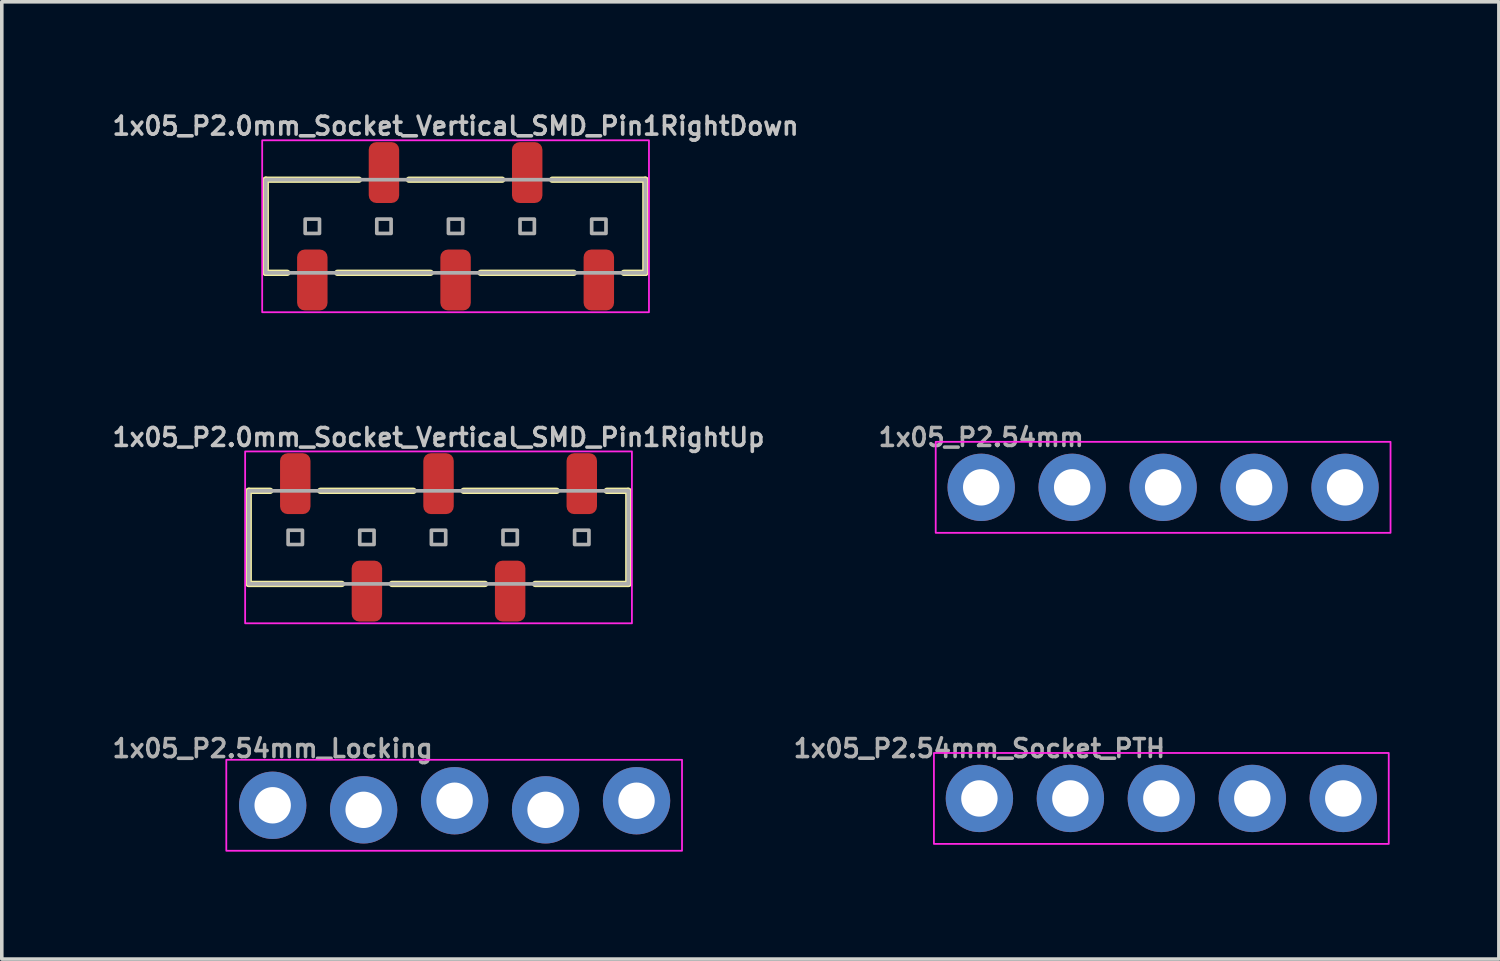
<source format=kicad_pcb>
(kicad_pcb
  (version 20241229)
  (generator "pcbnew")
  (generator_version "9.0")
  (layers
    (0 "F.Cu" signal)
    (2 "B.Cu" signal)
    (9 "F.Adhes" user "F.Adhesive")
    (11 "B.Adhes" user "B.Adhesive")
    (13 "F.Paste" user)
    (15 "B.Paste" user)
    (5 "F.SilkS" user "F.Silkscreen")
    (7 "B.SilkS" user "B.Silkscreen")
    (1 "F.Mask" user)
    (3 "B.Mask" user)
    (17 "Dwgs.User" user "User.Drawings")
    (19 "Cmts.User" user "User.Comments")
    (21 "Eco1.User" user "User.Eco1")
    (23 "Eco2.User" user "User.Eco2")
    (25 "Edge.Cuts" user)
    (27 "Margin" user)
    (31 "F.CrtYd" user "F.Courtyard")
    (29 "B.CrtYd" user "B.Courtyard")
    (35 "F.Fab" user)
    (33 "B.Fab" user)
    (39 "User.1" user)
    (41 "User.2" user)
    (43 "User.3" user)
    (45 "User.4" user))
  (footprint "1x05_P2.54mm"
    (layer "F.Cu")
    (at 24.348 10.558)
    (property "Reference" "1x05_P2.54mm" (at 0 -1.397 0) (layer "F.Fab") (effects (font (size 0.5 0.5) (thickness 0.1))))
    (fp_rect (start -1.27 -1.27) (end 11.43 1.27) (stroke (width 0.05) (type default)) (fill no) (layer "F.CrtYd"))
    (fp_poly (pts (xy -0.254 0.254) (xy 0.254 0.254) (xy 0.254 -0.254) (xy -0.254 -0.254)) (stroke (width 0.1) (type default)) (fill no) (layer "F.Fab"))
    (fp_poly (pts (xy 2.286 0.254) (xy 2.794 0.254) (xy 2.794 -0.254) (xy 2.286 -0.254)) (stroke (width 0.1) (type default)) (fill no) (layer "F.Fab"))
    (fp_poly (pts (xy 4.826 0.254) (xy 5.334 0.254) (xy 5.334 -0.254) (xy 4.826 -0.254)) (stroke (width 0.1) (type default)) (fill no) (layer "F.Fab"))
    (fp_poly (pts (xy 7.366 0.254) (xy 7.874 0.254) (xy 7.874 -0.254) (xy 7.366 -0.254)) (stroke (width 0.1) (type default)) (fill no) (layer "F.Fab"))
    (fp_poly (pts (xy 9.906 0.254) (xy 10.414 0.254) (xy 10.414 -0.254) (xy 9.906 -0.254)) (stroke (width 0.1) (type default)) (fill no) (layer "F.Fab"))
    (pad "1" thru_hole circle (at 0 0 90) (size 1.88 1.88) (drill 1.016) (layers "*.Cu" "*.Mask") (remove_unused_layers yes) (keep_end_layers yes) (zone_layer_connections))
    (pad "2" thru_hole circle (at 2.54 0 90) (size 1.88 1.88) (drill 1.016) (layers "*.Cu" "*.Mask") (remove_unused_layers yes) (keep_end_layers yes) (zone_layer_connections))
    (pad "3" thru_hole circle (at 5.08 0 90) (size 1.88 1.88) (drill 1.016) (layers "*.Cu" "*.Mask") (remove_unused_layers yes) (keep_end_layers yes) (zone_layer_connections))
    (pad "4" thru_hole circle (at 7.62 0 90) (size 1.88 1.88) (drill 1.016) (layers "*.Cu" "*.Mask") (remove_unused_layers yes) (keep_end_layers yes) (zone_layer_connections))
    (pad "5" thru_hole circle (at 10.16 0 90) (size 1.88 1.88) (drill 1.016) (layers "*.Cu" "*.Mask") (remove_unused_layers yes) (keep_end_layers yes) (zone_layer_connections)))
  (footprint "1x05_P2.54mm_Socket_PTH"
    (layer "F.Cu")
    (at 24.298 19.245)
    (property "Reference" "1x05_P2.54mm_Socket_PTH" (at 0 -1.397 0) (layer "F.Fab") (effects (font (size 0.5 0.5) (thickness 0.1))))
    (fp_rect (start -1.27 -1.27) (end 11.43 1.27) (stroke (width 0.05) (type default)) (fill no) (layer "F.CrtYd"))
    (fp_poly (pts (xy -0.254 0.254) (xy 0.254 0.254) (xy 0.254 -0.254) (xy -0.254 -0.254)) (stroke (width 0.1) (type default)) (fill no) (layer "F.Fab"))
    (fp_poly (pts (xy 2.286 0.254) (xy 2.794 0.254) (xy 2.794 -0.254) (xy 2.286 -0.254)) (stroke (width 0.1) (type default)) (fill no) (layer "F.Fab"))
    (fp_poly (pts (xy 4.826 0.254) (xy 5.334 0.254) (xy 5.334 -0.254) (xy 4.826 -0.254)) (stroke (width 0.1) (type default)) (fill no) (layer "F.Fab"))
    (fp_poly (pts (xy 7.366 0.254) (xy 7.874 0.254) (xy 7.874 -0.254) (xy 7.366 -0.254)) (stroke (width 0.1) (type default)) (fill no) (layer "F.Fab"))
    (fp_poly (pts (xy 9.906 0.254) (xy 10.414 0.254) (xy 10.414 -0.254) (xy 9.906 -0.254)) (stroke (width 0.1) (type default)) (fill no) (layer "F.Fab"))
    (pad "1" thru_hole circle (at 0 0 90) (size 1.88 1.88) (drill 1.016) (layers "*.Cu" "*.Mask") (remove_unused_layers yes) (keep_end_layers yes) (zone_layer_connections))
    (pad "2" thru_hole circle (at 2.54 0 90) (size 1.88 1.88) (drill 1.016) (layers "*.Cu" "*.Mask") (remove_unused_layers yes) (keep_end_layers yes) (zone_layer_connections))
    (pad "3" thru_hole circle (at 5.08 0 90) (size 1.88 1.88) (drill 1.016) (layers "*.Cu" "*.Mask") (remove_unused_layers yes) (keep_end_layers yes) (zone_layer_connections))
    (pad "4" thru_hole circle (at 7.62 0 90) (size 1.88 1.88) (drill 1.016) (layers "*.Cu" "*.Mask") (remove_unused_layers yes) (keep_end_layers yes) (zone_layer_connections))
    (pad "5" thru_hole circle (at 10.16 0 90) (size 1.88 1.88) (drill 1.016) (layers "*.Cu" "*.Mask") (remove_unused_layers yes) (keep_end_layers yes) (zone_layer_connections)))
  (footprint "1x05_P2.0mm_Socket_Vertical_SMD_Pin1RightDown"
    (layer "F.Cu")
    (at 9.671 3.268)
    (property "Reference" "1x05_P2.0mm_Socket_Vertical_SMD_Pin1RightDown" (at 0 -2.8 0) (unlocked yes) (layer "Dwgs.User") (effects (font (size 0.5 0.5) (thickness 0.1))))
    (attr smd)
    (fp_line (start -5.3 -1.3) (end -5.3 1.3) (stroke (width 0.178) (type default)) (layer "F.SilkS"))
    (fp_line (start -5.3 1.3) (end -4.7 1.3) (stroke (width 0.178) (type default)) (layer "F.SilkS"))
    (fp_line (start -2.7 -1.3) (end -5.3 -1.3) (stroke (width 0.178) (type default)) (layer "F.SilkS"))
    (fp_line (start -0.7 1.3) (end -3.3 1.3) (stroke (width 0.178) (type default)) (layer "F.SilkS"))
    (fp_line (start 1.3 -1.3) (end -1.3 -1.3) (stroke (width 0.178) (type default)) (layer "F.SilkS"))
    (fp_line (start 3.3 1.3) (end 0.7 1.3) (stroke (width 0.178) (type default)) (layer "F.SilkS"))
    (fp_line (start 5.3 -1.3) (end 2.7 -1.3) (stroke (width 0.178) (type default)) (layer "F.SilkS"))
    (fp_line (start 5.3 -1.3) (end 5.3 1.3) (stroke (width 0.178) (type default)) (layer "F.SilkS"))
    (fp_line (start 5.3 1.3) (end 4.7 1.3) (stroke (width 0.178) (type default)) (layer "F.SilkS"))
    (fp_rect (start -5.4 -2.4) (end 5.4 2.4) (stroke (width 0.05) (type default)) (fill no) (layer "F.CrtYd"))
    (fp_rect (start -5.3 -1.3) (end 5.3 1.3) (stroke (width 0.102) (type default)) (fill no) (layer "F.Fab"))
    (fp_rect (start -4.2 -0.2) (end -3.8 0.2) (stroke (width 0.102) (type solid)) (fill no) (layer "F.Fab"))
    (fp_rect (start -2.2 -0.2) (end -1.8 0.2) (stroke (width 0.102) (type solid)) (fill no) (layer "F.Fab"))
    (fp_rect (start -0.2 -0.2) (end 0.2 0.2) (stroke (width 0.102) (type solid)) (fill no) (layer "F.Fab"))
    (fp_rect (start 1.8 -0.2) (end 2.2 0.2) (stroke (width 0.102) (type solid)) (fill no) (layer "F.Fab"))
    (fp_rect (start 3.8 -0.2) (end 4.2 0.2) (stroke (width 0.102) (type solid)) (fill no) (layer "F.Fab"))
    (pad "1" smd roundrect (at 4 1.5) (size 0.85 1.7) (layers "F.Cu" "F.Mask" "F.Paste") (roundrect_rratio 0.25))
    (pad "2" smd roundrect (at 2 -1.5) (size 0.85 1.7) (layers "F.Cu" "F.Mask" "F.Paste") (roundrect_rratio 0.25))
    (pad "3" smd roundrect (at 0 1.5) (size 0.85 1.7) (layers "F.Cu" "F.Mask" "F.Paste") (roundrect_rratio 0.25))
    (pad "4" smd roundrect (at -2 -1.5) (size 0.85 1.7) (layers "F.Cu" "F.Mask" "F.Paste") (roundrect_rratio 0.25))
    (pad "5" smd roundrect (at -4 1.5) (size 0.85 1.7) (layers "F.Cu" "F.Mask" "F.Paste") (roundrect_rratio 0.25)))
  (footprint "1x05_P2.0mm_Socket_Vertical_SMD_Pin1RightUp"
    (layer "F.Cu")
    (at 9.195 11.955)
    (property "Reference" "1x05_P2.0mm_Socket_Vertical_SMD_Pin1RightUp" (at 0 -2.794 0) (unlocked yes) (layer "Dwgs.User") (effects (font (size 0.5 0.5) (thickness 0.1))))
    (attr smd)
    (fp_line (start -5.3 -1.3) (end -4.7 -1.3) (stroke (width 0.178) (type default)) (layer "F.SilkS"))
    (fp_line (start -5.3 1.3) (end -5.3 -1.3) (stroke (width 0.178) (type default)) (layer "F.SilkS"))
    (fp_line (start -5.3 1.3) (end -2.7 1.3) (stroke (width 0.178) (type default)) (layer "F.SilkS"))
    (fp_line (start -3.3 -1.3) (end -0.7 -1.3) (stroke (width 0.178) (type default)) (layer "F.SilkS"))
    (fp_line (start -1.3 1.3) (end 1.3 1.3) (stroke (width 0.178) (type default)) (layer "F.SilkS"))
    (fp_line (start 0.7 -1.3) (end 3.3 -1.3) (stroke (width 0.178) (type default)) (layer "F.SilkS"))
    (fp_line (start 2.7 1.3) (end 5.3 1.3) (stroke (width 0.178) (type default)) (layer "F.SilkS"))
    (fp_line (start 5.3 -1.3) (end 4.7 -1.3) (stroke (width 0.178) (type default)) (layer "F.SilkS"))
    (fp_line (start 5.3 1.3) (end 5.3 -1.3) (stroke (width 0.178) (type default)) (layer "F.SilkS"))
    (fp_rect (start -5.4 -2.4) (end 5.4 2.4) (stroke (width 0.05) (type default)) (fill no) (layer "F.CrtYd"))
    (fp_rect (start -5.3 -1.3) (end 5.3 1.3) (stroke (width 0.102) (type default)) (fill no) (layer "F.Fab"))
    (fp_rect (start -4.2 -0.2) (end -3.8 0.2) (stroke (width 0.102) (type solid)) (fill no) (layer "F.Fab"))
    (fp_rect (start -2.2 -0.2) (end -1.8 0.2) (stroke (width 0.102) (type solid)) (fill no) (layer "F.Fab"))
    (fp_rect (start -0.2 -0.2) (end 0.2 0.2) (stroke (width 0.102) (type solid)) (fill no) (layer "F.Fab"))
    (fp_rect (start 1.8 -0.2) (end 2.2 0.2) (stroke (width 0.102) (type solid)) (fill no) (layer "F.Fab"))
    (fp_rect (start 3.8 -0.2) (end 4.2 0.2) (stroke (width 0.102) (type solid)) (fill no) (layer "F.Fab"))
    (pad "1" smd roundrect (at 4 -1.5 180) (size 0.85 1.7) (layers "F.Cu" "F.Mask" "F.Paste") (roundrect_rratio 0.25))
    (pad "2" smd roundrect (at 2 1.5 180) (size 0.85 1.7) (layers "F.Cu" "F.Mask" "F.Paste") (roundrect_rratio 0.25))
    (pad "3" smd roundrect (at 0 -1.5 180) (size 0.85 1.7) (layers "F.Cu" "F.Mask" "F.Paste") (roundrect_rratio 0.25))
    (pad "4" smd roundrect (at -2 1.5 180) (size 0.85 1.7) (layers "F.Cu" "F.Mask" "F.Paste") (roundrect_rratio 0.25))
    (pad "5" smd roundrect (at -4 -1.5 180) (size 0.85 1.7) (layers "F.Cu" "F.Mask" "F.Paste") (roundrect_rratio 0.25)))
  (footprint "1x05_P2.54mm_Locking"
    (layer "F.Cu")
    (at 4.564 19.436)
    (property "Reference" "1x05_P2.54mm_Locking" (at 0 -1.587 0) (layer "F.Fab") (effects (font (size 0.5 0.5) (thickness 0.1))))
    (fp_rect (start -1.295 -1.27) (end 11.43 1.27) (stroke (width 0.05) (type default)) (fill no) (layer "F.CrtYd"))
    (fp_poly (pts (xy -0.254 0.254) (xy 0.254 0.254) (xy 0.254 -0.254) (xy -0.254 -0.254)) (stroke (width 0.1) (type default)) (fill no) (layer "F.Fab"))
    (fp_poly (pts (xy 2.286 0.254) (xy 2.794 0.254) (xy 2.794 -0.254) (xy 2.286 -0.254)) (stroke (width 0.1) (type default)) (fill no) (layer "F.Fab"))
    (fp_poly (pts (xy 4.826 0.254) (xy 5.334 0.254) (xy 5.334 -0.254) (xy 4.826 -0.254)) (stroke (width 0.1) (type default)) (fill no) (layer "F.Fab"))
    (fp_poly (pts (xy 7.366 0.254) (xy 7.874 0.254) (xy 7.874 -0.254) (xy 7.366 -0.254)) (stroke (width 0.1) (type default)) (fill no) (layer "F.Fab"))
    (fp_poly (pts (xy 9.906 0.254) (xy 10.414 0.254) (xy 10.414 -0.254) (xy 9.906 -0.254)) (stroke (width 0.1) (type default)) (fill no) (layer "F.Fab"))
    (pad "1" thru_hole circle (at 0 0 90) (size 1.88 1.88) (drill 1.016) (layers "*.Cu" "*.Mask") (remove_unused_layers yes) (keep_end_layers yes) (zone_layer_connections))
    (pad "2" thru_hole circle (at 2.54 0.127 90) (size 1.88 1.88) (drill 1.016) (layers "*.Cu" "*.Mask") (remove_unused_layers yes) (keep_end_layers yes) (zone_layer_connections))
    (pad "3" thru_hole circle (at 5.08 -0.127 90) (size 1.88 1.88) (drill 1.016) (layers "*.Cu" "*.Mask") (remove_unused_layers yes) (keep_end_layers yes) (zone_layer_connections))
    (pad "4" thru_hole circle (at 7.62 0.127 90) (size 1.88 1.88) (drill 1.016) (layers "*.Cu" "*.Mask") (remove_unused_layers yes) (keep_end_layers yes) (zone_layer_connections))
    (pad "5" thru_hole circle (at 10.16 -0.127 90) (size 1.88 1.88) (drill 1.016) (layers "*.Cu" "*.Mask") (remove_unused_layers yes) (keep_end_layers yes) (zone_layer_connections)))
  (gr_rect
    (start -3 -3)
    (end 38.803 23.73)
    (stroke (width 0.1) (type default))
    (fill no)
    (layer "Edge.Cuts")))
</source>
